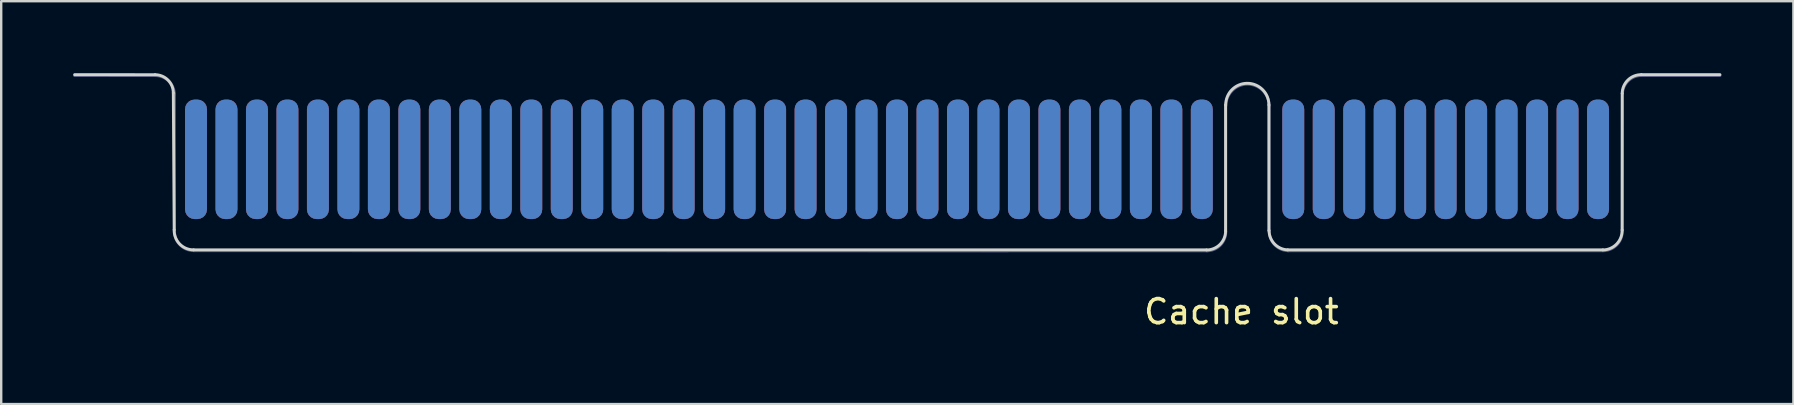
<source format=kicad_pcb>
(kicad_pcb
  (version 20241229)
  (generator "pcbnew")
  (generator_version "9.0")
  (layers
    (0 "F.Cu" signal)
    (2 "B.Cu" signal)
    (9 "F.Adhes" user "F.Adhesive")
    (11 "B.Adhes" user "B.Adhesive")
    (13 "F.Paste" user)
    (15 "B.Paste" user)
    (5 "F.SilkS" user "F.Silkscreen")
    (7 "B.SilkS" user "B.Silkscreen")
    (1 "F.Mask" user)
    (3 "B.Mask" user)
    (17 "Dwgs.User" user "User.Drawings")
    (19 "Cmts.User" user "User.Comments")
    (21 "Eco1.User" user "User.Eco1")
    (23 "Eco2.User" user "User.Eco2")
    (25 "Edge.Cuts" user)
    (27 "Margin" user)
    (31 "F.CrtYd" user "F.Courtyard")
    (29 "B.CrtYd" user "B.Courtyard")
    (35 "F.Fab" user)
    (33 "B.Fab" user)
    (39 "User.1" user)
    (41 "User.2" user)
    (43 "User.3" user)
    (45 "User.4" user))
  (footprint "Cache slot"
    (layer "F.Cu")
    (at 26.707 3.588)
    (property "Reference" "Cache slot" (at 21.97 6.35 0) (layer "F.SilkS") (effects (font (size 1 1) (thickness 0.15))))
    (attr exclude_from_pos_files allow_soldermask_bridges)
    (fp_rect (start -22.864 -2.47) (end 38.1 4.541) (stroke (width 0.1) (type solid)) (fill yes) (layer "F.Mask"))
    (fp_rect (start -22.864 -2.47) (end 38.1 4.541) (stroke (width 0.1) (type solid)) (fill yes) (layer "B.Mask"))
    (fp_line (start -26.647 -3.528) (end -23.297 -3.526) (stroke (width 0.12) (type solid)) (layer "Edge.Cuts"))
    (fp_line (start -22.536 -2.766) (end -22.5 2.935) (stroke (width 0.12) (type solid)) (layer "Edge.Cuts"))
    (fp_line (start -21.689 3.772) (end 20.518 3.772) (stroke (width 0.12) (type solid)) (layer "Edge.Cuts"))
    (fp_line (start 21.31 2.977) (end 21.31 -2.268) (stroke (width 0.12) (type solid)) (layer "Edge.Cuts"))
    (fp_line (start 23.116 2.963) (end 23.116 -2.268) (stroke (width 0.12) (type solid)) (layer "Edge.Cuts"))
    (fp_line (start 37.03 3.772) (end 23.899 3.772) (stroke (width 0.12) (type solid)) (layer "Edge.Cuts"))
    (fp_line (start 37.836 -2.747) (end 37.833 2.948) (stroke (width 0.12) (type solid)) (layer "Edge.Cuts"))
    (fp_line (start 38.636 -3.528) (end 41.91 -3.528) (stroke (width 0.12) (type solid)) (layer "Edge.Cuts"))
    (fp_arc (start -23.297299 -3.526139) (mid -22.759085 -3.304208) (end -22.535968 -2.766483) (stroke (width 0.12) (type solid)) (layer "Edge.Cuts"))
    (fp_arc (start -21.689266 3.772396) (mid -22.272833 3.526563) (end -22.5 2.93548) (stroke (width 0.12) (type solid)) (layer "Edge.Cuts"))
    (fp_arc (start 21.310184 2.97684) (mid 21.081144 3.54248) (end 20.517689 3.776844) (stroke (width 0.12) (type solid)) (layer "Edge.Cuts"))
    (fp_arc (start 21.314785 -2.267604) (mid 22.215185 -3.168004) (end 23.115585 -2.267604) (stroke (width 0.12) (type solid)) (layer "Edge.Cuts"))
    (fp_arc (start 23.899434 3.772396) (mid 23.347204 3.524341) (end 23.121507 2.962602) (stroke (width 0.12) (type solid)) (layer "Edge.Cuts"))
    (fp_arc (start 37.833026 2.947761) (mid 37.605263 3.530279) (end 37.029965 3.775708) (stroke (width 0.12) (type solid)) (layer "Edge.Cuts"))
    (fp_arc (start 37.835855 -2.746836) (mid 38.074162 -3.302896) (end 38.635855 -3.527604) (stroke (width 0.12) (type solid)) (layer "Edge.Cuts"))
    (fp_line (start -26.647 -3.49) (end -23.287 -3.489) (stroke (width 0.12) (type solid)) (layer "B.Fab"))
    (fp_line (start -22.486 -2.729) (end -22.486 2.973) (stroke (width 0.12) (type solid)) (layer "B.Fab"))
    (fp_line (start -21.679 3.805) (end 12.246 3.81) (stroke (width 0.12) (type solid)) (layer "B.Fab"))
    (fp_line (start -21.679 3.805) (end 20.538 3.814) (stroke (width 0.12) (type solid)) (layer "B.Fab"))
    (fp_line (start 21.32 3.014) (end 21.32 -2.23) (stroke (width 0.12) (type solid)) (layer "B.Fab"))
    (fp_line (start 23.125 3) (end 23.125 -2.23) (stroke (width 0.12) (type solid)) (layer "B.Fab"))
    (fp_line (start 37.04 3.81) (end 23.909 3.81) (stroke (width 0.12) (type solid)) (layer "B.Fab"))
    (fp_line (start 37.846 -2.709) (end 37.843 2.985) (stroke (width 0.12) (type solid)) (layer "B.Fab"))
    (fp_line (start 38.646 -3.49) (end 41.91 -3.49) (stroke (width 0.12) (type solid)) (layer "B.Fab"))
    (fp_arc (start -23.287484 -3.488536) (mid -22.721804 -3.254214) (end -22.487485 -2.688537) (stroke (width 0.12) (type solid)) (layer "B.Fab"))
    (fp_arc (start -21.679451 3.805106) (mid -22.248313 3.572104) (end -22.485838 3.005107) (stroke (width 0.12) (type solid)) (layer "B.Fab"))
    (fp_arc (start 21.32 3.014444) (mid 21.094537 3.576463) (end 20.537704 3.814444) (stroke (width 0.12) (type solid)) (layer "B.Fab"))
    (fp_arc (start 21.324545 -2.23) (mid 22.225 -3.130455) (end 23.125455 -2.23) (stroke (width 0.12) (type solid)) (layer "B.Fab"))
    (fp_arc (start 23.93832 3.81) (mid 23.367134 3.571437) (end 23.131933 2.998859) (stroke (width 0.12) (type solid)) (layer "B.Fab"))
    (fp_arc (start 37.839761 3.000638) (mid 37.607385 3.571004) (end 37.039761 3.81) (stroke (width 0.12) (type solid)) (layer "B.Fab"))
    (fp_arc (start 37.84567 -2.709232) (mid 38.083968 -3.265301) (end 38.64567 -3.49) (stroke (width 0.12) (type solid)) (layer "B.Fab"))
    (pad "a1" connect roundrect (at 36.83 0) (size 0.914 4.978) (layers "F.Cu") (roundrect_rratio 0.438))
    (pad "a2" connect roundrect (at 35.56 0) (size 0.914 4.978) (layers "F.Cu") (roundrect_rratio 0.438))
    (pad "a3" connect roundrect (at 34.29 0) (size 0.914 4.978) (layers "F.Cu") (roundrect_rratio 0.438))
    (pad "a4" connect roundrect (at 33.02 0) (size 0.914 4.978) (layers "F.Cu") (roundrect_rratio 0.438))
    (pad "a5" connect roundrect (at 31.75 0) (size 0.914 4.978) (layers "F.Cu") (roundrect_rratio 0.438))
    (pad "a6" connect roundrect (at 30.48 0) (size 0.914 4.978) (layers "F.Cu") (roundrect_rratio 0.438))
    (pad "a7" connect roundrect (at 29.21 0) (size 0.914 4.978) (layers "F.Cu") (roundrect_rratio 0.438))
    (pad "a8" connect roundrect (at 27.94 0) (size 0.914 4.978) (layers "F.Cu") (roundrect_rratio 0.438))
    (pad "a9" connect roundrect (at 26.67 0) (size 0.914 4.978) (layers "F.Cu") (roundrect_rratio 0.438))
    (pad "a10" connect roundrect (at 25.4 0) (size 0.914 4.978) (layers "F.Cu") (roundrect_rratio 0.438))
    (pad "a11" connect roundrect (at 24.13 0) (size 0.914 4.978) (layers "F.Cu") (roundrect_rratio 0.438))
    (pad "a14" connect roundrect (at 20.32 0) (size 0.914 4.978) (layers "F.Cu") (roundrect_rratio 0.438))
    (pad "a15" connect roundrect (at 19.05 0) (size 0.914 4.978) (layers "F.Cu") (roundrect_rratio 0.438))
    (pad "a16" connect roundrect (at 17.78 0) (size 0.914 4.978) (layers "F.Cu") (roundrect_rratio 0.438))
    (pad "a17" connect roundrect (at 16.51 0) (size 0.914 4.978) (layers "F.Cu") (roundrect_rratio 0.438))
    (pad "a18" connect roundrect (at 15.24 0) (size 0.914 4.978) (layers "F.Cu") (roundrect_rratio 0.438))
    (pad "a19" connect roundrect (at 13.97 0) (size 0.914 4.978) (layers "F.Cu") (roundrect_rratio 0.438))
    (pad "a20" connect roundrect (at 12.7 0) (size 0.914 4.978) (layers "F.Cu") (roundrect_rratio 0.438))
    (pad "a21" connect roundrect (at 11.43 0) (size 0.914 4.978) (layers "F.Cu") (roundrect_rratio 0.438))
    (pad "a22" connect roundrect (at 10.16 0) (size 0.914 4.978) (layers "F.Cu") (roundrect_rratio 0.438))
    (pad "a23" connect roundrect (at 8.89 0) (size 0.914 4.978) (layers "F.Cu") (roundrect_rratio 0.438))
    (pad "a24" connect roundrect (at 7.62 0) (size 0.914 4.978) (layers "F.Cu") (roundrect_rratio 0.438))
    (pad "a25" connect roundrect (at 6.35 0) (size 0.914 4.978) (layers "F.Cu") (roundrect_rratio 0.438))
    (pad "a26" connect roundrect (at 5.08 0) (size 0.914 4.978) (layers "F.Cu") (roundrect_rratio 0.438))
    (pad "a27" connect roundrect (at 3.81 0) (size 0.914 4.978) (layers "F.Cu") (roundrect_rratio 0.438))
    (pad "a28" connect roundrect (at 2.54 0) (size 0.914 4.978) (layers "F.Cu") (roundrect_rratio 0.438))
    (pad "a29" connect roundrect (at 1.27 0) (size 0.914 4.978) (layers "F.Cu") (roundrect_rratio 0.438))
    (pad "a30" connect roundrect (at 0 0) (size 0.914 4.978) (layers "F.Cu") (roundrect_rratio 0.438))
    (pad "a31" connect roundrect (at -1.27 0) (size 0.914 4.978) (layers "F.Cu") (roundrect_rratio 0.438))
    (pad "a32" connect roundrect (at -2.54 0) (size 0.914 4.978) (layers "F.Cu") (roundrect_rratio 0.438))
    (pad "a33" connect roundrect (at -3.81 0) (size 0.914 4.978) (layers "F.Cu") (roundrect_rratio 0.438))
    (pad "a34" connect roundrect (at -5.08 0) (size 0.914 4.978) (layers "F.Cu") (roundrect_rratio 0.438))
    (pad "a35" connect roundrect (at -6.35 0) (size 0.914 4.978) (layers "F.Cu") (roundrect_rratio 0.438))
    (pad "a36" connect roundrect (at -7.62 0) (size 0.914 4.978) (layers "F.Cu") (roundrect_rratio 0.438))
    (pad "a37" connect roundrect (at -8.89 0) (size 0.914 4.978) (layers "F.Cu") (roundrect_rratio 0.438))
    (pad "a38" connect roundrect (at -10.16 0) (size 0.914 4.978) (layers "F.Cu") (roundrect_rratio 0.438))
    (pad "a39" connect roundrect (at -11.43 0) (size 0.914 4.978) (layers "F.Cu") (roundrect_rratio 0.438))
    (pad "a40" connect roundrect (at -12.7 0) (size 0.914 4.978) (layers "F.Cu") (roundrect_rratio 0.438))
    (pad "a41" connect roundrect (at -13.97 0) (size 0.914 4.978) (layers "F.Cu") (roundrect_rratio 0.438))
    (pad "a42" connect roundrect (at -15.24 0) (size 0.914 4.978) (layers "F.Cu") (roundrect_rratio 0.438))
    (pad "a43" connect roundrect (at -16.51 0) (size 0.914 4.978) (layers "F.Cu") (roundrect_rratio 0.438))
    (pad "a44" connect roundrect (at -17.78 0) (size 0.914 4.978) (layers "F.Cu") (roundrect_rratio 0.438))
    (pad "a45" connect roundrect (at -19.05 0) (size 0.914 4.978) (layers "F.Cu") (roundrect_rratio 0.438))
    (pad "a46" connect roundrect (at -20.32 0) (size 0.914 4.978) (layers "F.Cu") (roundrect_rratio 0.438))
    (pad "a47" connect roundrect (at -21.59 0) (size 0.914 4.978) (layers "F.Cu") (roundrect_rratio 0.438))
    (pad "b1" connect roundrect (at 36.83 0) (size 0.914 4.978) (layers "B.Cu") (roundrect_rratio 0.438))
    (pad "b2" connect roundrect (at 35.56 0) (size 0.914 4.978) (layers "B.Cu") (roundrect_rratio 0.438))
    (pad "b3" connect roundrect (at 34.29 0) (size 0.914 4.978) (layers "B.Cu") (roundrect_rratio 0.438))
    (pad "b4" connect roundrect (at 33.02 0) (size 0.914 4.978) (layers "B.Cu") (roundrect_rratio 0.438))
    (pad "b5" connect roundrect (at 31.75 0) (size 0.914 4.978) (layers "B.Cu") (roundrect_rratio 0.438))
    (pad "b6" connect roundrect (at 30.48 0) (size 0.914 4.978) (layers "B.Cu") (roundrect_rratio 0.438))
    (pad "b7" connect roundrect (at 29.21 0) (size 0.914 4.978) (layers "B.Cu") (roundrect_rratio 0.438))
    (pad "b8" connect roundrect (at 27.94 0) (size 0.914 4.978) (layers "B.Cu") (roundrect_rratio 0.438))
    (pad "b9" connect roundrect (at 26.67 0) (size 0.914 4.978) (layers "B.Cu") (roundrect_rratio 0.438))
    (pad "b10" connect roundrect (at 25.4 0) (size 0.914 4.978) (layers "B.Cu") (roundrect_rratio 0.438))
    (pad "b11" connect roundrect (at 24.13 0) (size 0.914 4.978) (layers "B.Cu") (roundrect_rratio 0.438))
    (pad "b14" connect roundrect (at 20.32 0) (size 0.914 4.978) (layers "B.Cu") (roundrect_rratio 0.438))
    (pad "b15" connect roundrect (at 19.05 0) (size 0.914 4.978) (layers "B.Cu") (roundrect_rratio 0.438))
    (pad "b16" connect roundrect (at 17.78 0) (size 0.914 4.978) (layers "B.Cu") (roundrect_rratio 0.438))
    (pad "b17" connect roundrect (at 16.51 0) (size 0.914 4.978) (layers "B.Cu") (roundrect_rratio 0.438))
    (pad "b18" connect roundrect (at 15.24 0) (size 0.914 4.978) (layers "B.Cu") (roundrect_rratio 0.438))
    (pad "b19" connect roundrect (at 13.97 0) (size 0.914 4.978) (layers "B.Cu") (roundrect_rratio 0.438))
    (pad "b20" connect roundrect (at 12.7 0) (size 0.914 4.978) (layers "B.Cu") (roundrect_rratio 0.438))
    (pad "b21" connect roundrect (at 11.43 0) (size 0.914 4.978) (layers "B.Cu") (roundrect_rratio 0.438))
    (pad "b22" connect roundrect (at 10.16 0) (size 0.914 4.978) (layers "B.Cu") (roundrect_rratio 0.438))
    (pad "b23" connect roundrect (at 8.89 0) (size 0.914 4.978) (layers "B.Cu") (roundrect_rratio 0.438))
    (pad "b24" connect roundrect (at 7.62 0) (size 0.914 4.978) (layers "B.Cu") (roundrect_rratio 0.438))
    (pad "b25" connect roundrect (at 6.35 0) (size 0.914 4.978) (layers "B.Cu") (roundrect_rratio 0.438))
    (pad "b26" connect roundrect (at 5.08 0) (size 0.914 4.978) (layers "B.Cu") (roundrect_rratio 0.438))
    (pad "b27" connect roundrect (at 3.81 0) (size 0.914 4.978) (layers "B.Cu") (roundrect_rratio 0.438))
    (pad "b28" connect roundrect (at 2.54 0) (size 0.914 4.978) (layers "B.Cu") (roundrect_rratio 0.438))
    (pad "b29" connect roundrect (at 1.27 0) (size 0.914 4.978) (layers "B.Cu") (roundrect_rratio 0.438))
    (pad "b30" connect roundrect (at 0 0) (size 0.914 4.978) (layers "B.Cu") (roundrect_rratio 0.438))
    (pad "b31" connect roundrect (at -1.27 0) (size 0.914 4.978) (layers "B.Cu") (roundrect_rratio 0.438))
    (pad "b32" connect roundrect (at -2.54 0) (size 0.914 4.978) (layers "B.Cu") (roundrect_rratio 0.438))
    (pad "b33" connect roundrect (at -3.81 0) (size 0.914 4.978) (layers "B.Cu") (roundrect_rratio 0.438))
    (pad "b34" connect roundrect (at -5.08 0) (size 0.914 4.978) (layers "B.Cu") (roundrect_rratio 0.438))
    (pad "b35" connect roundrect (at -6.35 0) (size 0.914 4.978) (layers "B.Cu") (roundrect_rratio 0.438))
    (pad "b36" connect roundrect (at -7.62 0) (size 0.914 4.978) (layers "B.Cu") (roundrect_rratio 0.438))
    (pad "b37" connect roundrect (at -8.89 0) (size 0.914 4.978) (layers "B.Cu") (roundrect_rratio 0.438))
    (pad "b38" connect roundrect (at -10.16 0) (size 0.914 4.978) (layers "B.Cu") (roundrect_rratio 0.438))
    (pad "b39" connect roundrect (at -11.43 0) (size 0.914 4.978) (layers "B.Cu") (roundrect_rratio 0.438))
    (pad "b40" connect roundrect (at -12.7 0) (size 0.914 4.978) (layers "B.Cu") (roundrect_rratio 0.438))
    (pad "b41" connect roundrect (at -13.97 0) (size 0.914 4.978) (layers "B.Cu") (roundrect_rratio 0.438))
    (pad "b42" connect roundrect (at -15.24 0) (size 0.914 4.978) (layers "B.Cu") (roundrect_rratio 0.438))
    (pad "b43" connect roundrect (at -16.51 0) (size 0.914 4.978) (layers "B.Cu") (roundrect_rratio 0.438))
    (pad "b44" connect roundrect (at -17.78 0) (size 0.914 4.978) (layers "B.Cu") (roundrect_rratio 0.438))
    (pad "b45" connect roundrect (at -19.05 0) (size 0.914 4.978) (layers "B.Cu") (roundrect_rratio 0.438))
    (pad "b46" connect roundrect (at -20.32 0) (size 0.914 4.978) (layers "B.Cu") (roundrect_rratio 0.438))
    (pad "b47" connect roundrect (at -21.59 0) (size 0.914 4.978) (layers "B.Cu") (roundrect_rratio 0.438)))
  (gr_rect
    (start -3 -3)
    (end 71.677 13.786)
    (stroke (width 0.1) (type default))
    (fill no)
    (layer "Edge.Cuts")))
</source>
